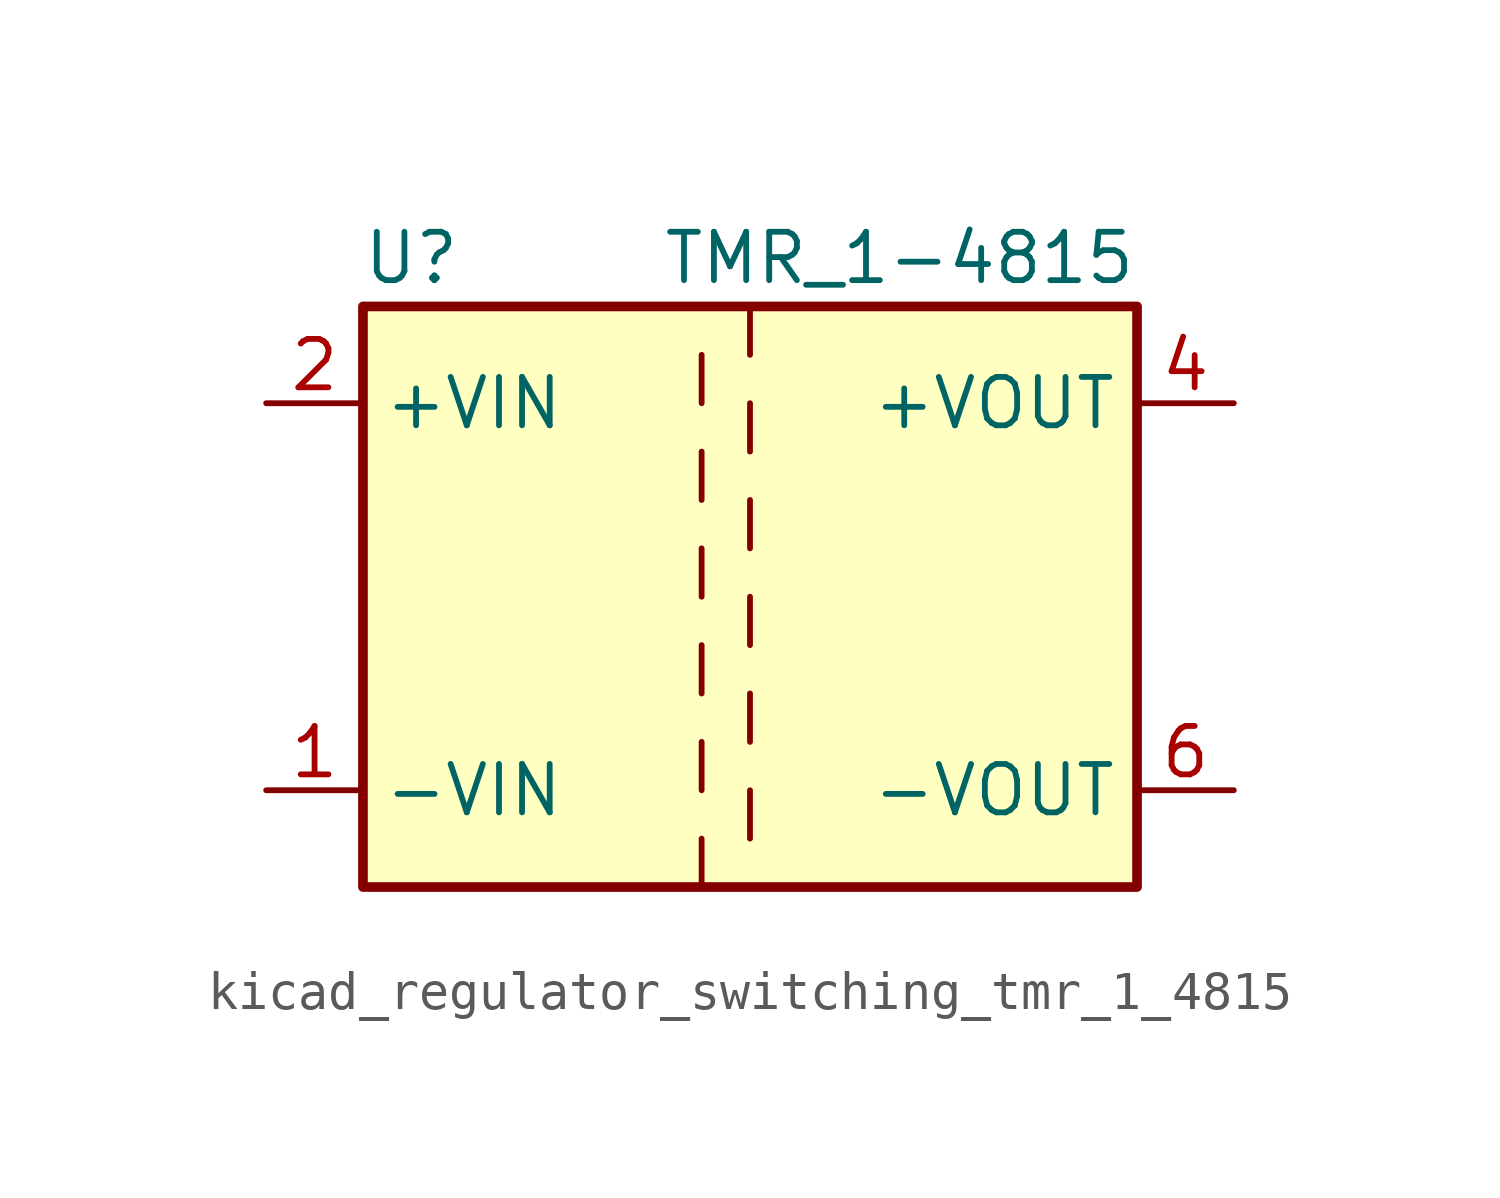
<source format=kicad_sym>
(kicad_symbol_lib
  (version 20220914)
  (generator kicad_symbol_editor)
  (symbol "kicad_regulator_switching_tmr_1_4815"
    (property "Reference" "U"
      (at -8.89 8.89 0)
      (effects (font (size 1.27 1.27))))
    (property "Value" "TMR_1-4815"
      (at 10.16 8.89 0)
      (effects (font (size 1.27 1.27)) (justify right)))
    (symbol "kicad_regulator_switching_tmr_1_4815_0_1"
      (rectangle (start -10.16 7.62) (end 10.16 -7.62) (stroke (width 0.254) (type default)) (fill (type background)))
      (polyline (pts (xy -1.27 -7.62) (xy -1.27 -6.35)) (stroke (width 0) (type default)) (fill (type none)))
      (polyline (pts (xy -1.27 -5.08) (xy -1.27 -3.81)) (stroke (width 0) (type default)) (fill (type none)))
      (polyline (pts (xy -1.27 -2.54) (xy -1.27 -1.27)) (stroke (width 0) (type default)) (fill (type none)))
      (polyline (pts (xy -1.27 0) (xy -1.27 1.27)) (stroke (width 0) (type default)) (fill (type none)))
      (polyline (pts (xy -1.27 2.54) (xy -1.27 3.81)) (stroke (width 0) (type default)) (fill (type none)))
      (polyline (pts (xy -1.27 5.08) (xy -1.27 6.35)) (stroke (width 0) (type default)) (fill (type none)))
      (polyline (pts (xy 0 -5.08) (xy 0 -6.35)) (stroke (width 0) (type default)) (fill (type none)))
      (polyline (pts (xy 0 -2.54) (xy 0 -3.81)) (stroke (width 0) (type default)) (fill (type none)))
      (polyline (pts (xy 0 0) (xy 0 -1.27)) (stroke (width 0) (type default)) (fill (type none)))
      (polyline (pts (xy 0 2.54) (xy 0 1.27)) (stroke (width 0) (type default)) (fill (type none)))
      (polyline (pts (xy 0 5.08) (xy 0 3.81)) (stroke (width 0) (type default)) (fill (type none)))
      (polyline (pts (xy 0 7.62) (xy 0 6.35)) (stroke (width 0) (type default)) (fill (type none))))
    (symbol "kicad_regulator_switching_tmr_1_4815_1_1"
      (pin power_in line (at -12.7 -5.08 0) (length 2.54) (name "-VIN" (effects (font (size 1.27 1.27)))) (number "1" (effects (font (size 1.27 1.27)))))
      (pin power_in line (at -12.7 5.08 0) (length 2.54) (name "+VIN" (effects (font (size 1.27 1.27)))) (number "2" (effects (font (size 1.27 1.27)))))
      (pin power_out line (at 12.7 5.08 180) (length 2.54) (name "+VOUT" (effects (font (size 1.27 1.27)))) (number "4" (effects (font (size 1.27 1.27)))))
      (pin power_out line (at 12.7 -5.08 180) (length 2.54) (name "-VOUT" (effects (font (size 1.27 1.27)))) (number "6" (effects (font (size 1.27 1.27))))))))
</source>
